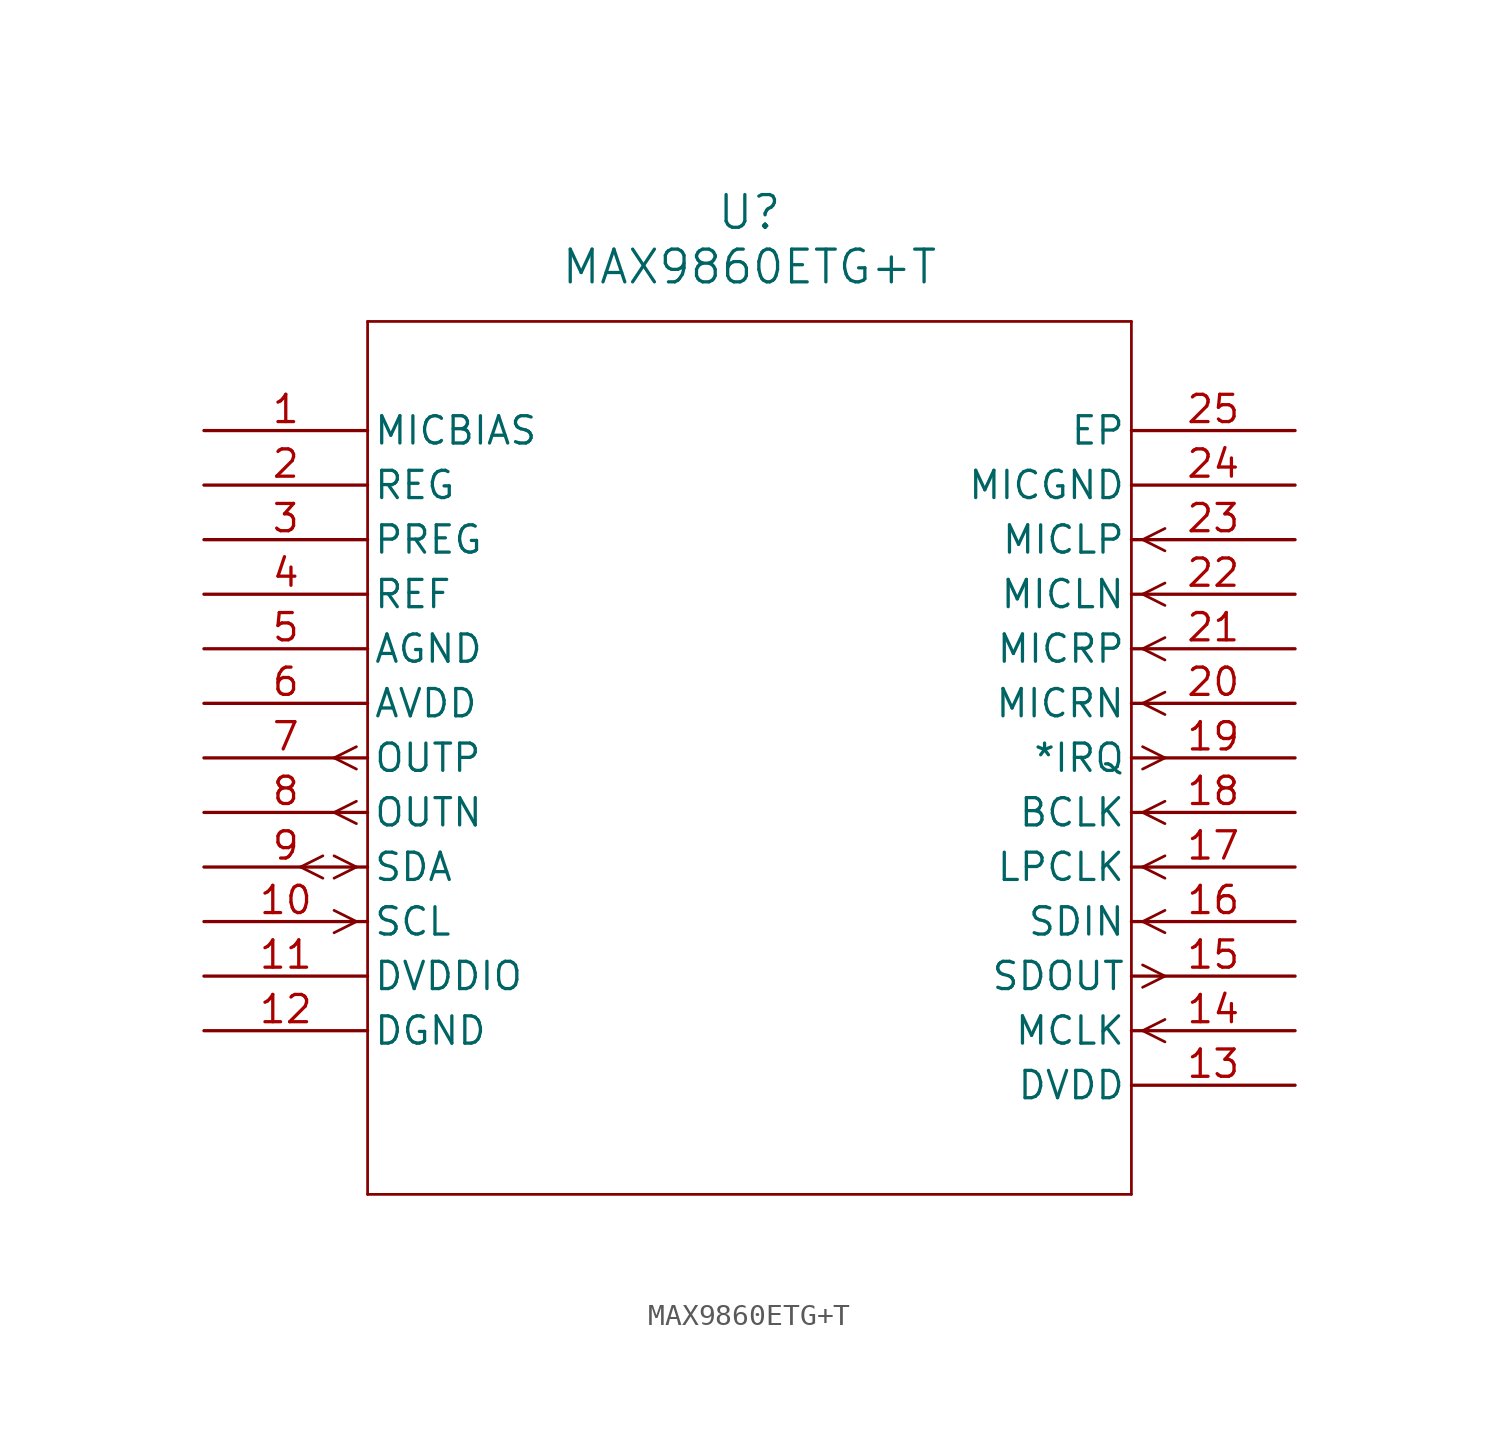
<source format=kicad_sym>
(kicad_symbol_lib
  (version 20211014)
  (generator kicad_symbol_editor)
  (symbol "MAX9860ETG+T"
    (pin_names
      (offset 0.254))
    (property "Reference" "U"
      (at 25.4 10.16 0)
      (effects (font (size 1.524 1.524))))
    (property "Value" "MAX9860ETG+T"
      (at 25.4 7.62 0)
      (effects (font (size 1.524 1.524))))
    (symbol "MAX9860ETG+T_0_1"
      (polyline (pts (xy 7.099 -14.719) (xy 6.058 -15.24)) (stroke (width 0.127) (type default) (color 0 0 0 0)) (fill (type none)))
      (polyline (pts (xy 7.099 -15.761) (xy 6.058 -15.24)) (stroke (width 0.127) (type default) (color 0 0 0 0)) (fill (type none)))
      (polyline (pts (xy 7.099 -17.259) (xy 6.058 -17.78)) (stroke (width 0.127) (type default) (color 0 0 0 0)) (fill (type none)))
      (polyline (pts (xy 7.099 -18.301) (xy 6.058 -17.78)) (stroke (width 0.127) (type default) (color 0 0 0 0)) (fill (type none)))
      (polyline (pts (xy 7.099 -20.32) (xy 6.058 -19.799)) (stroke (width 0.127) (type default) (color 0 0 0 0)) (fill (type none)))
      (polyline (pts (xy 7.099 -20.32) (xy 6.058 -20.841)) (stroke (width 0.127) (type default) (color 0 0 0 0)) (fill (type none)))
      (polyline (pts (xy 5.537 -19.799) (xy 4.496 -20.32)) (stroke (width 0.127) (type default) (color 0 0 0 0)) (fill (type none)))
      (polyline (pts (xy 5.537 -20.841) (xy 4.496 -20.32)) (stroke (width 0.127) (type default) (color 0 0 0 0)) (fill (type none)))
      (polyline (pts (xy 7.099 -22.86) (xy 6.058 -22.339)) (stroke (width 0.127) (type default) (color 0 0 0 0)) (fill (type none)))
      (polyline (pts (xy 7.099 -22.86) (xy 6.058 -23.381)) (stroke (width 0.127) (type default) (color 0 0 0 0)) (fill (type none)))
      (polyline (pts (xy 43.701 -27.94) (xy 44.742 -27.419)) (stroke (width 0.127) (type default) (color 0 0 0 0)) (fill (type none)))
      (polyline (pts (xy 43.701 -27.94) (xy 44.742 -28.461)) (stroke (width 0.127) (type default) (color 0 0 0 0)) (fill (type none)))
      (polyline (pts (xy 43.701 -24.879) (xy 44.742 -25.4)) (stroke (width 0.127) (type default) (color 0 0 0 0)) (fill (type none)))
      (polyline (pts (xy 43.701 -25.921) (xy 44.742 -25.4)) (stroke (width 0.127) (type default) (color 0 0 0 0)) (fill (type none)))
      (polyline (pts (xy 43.701 -22.86) (xy 44.742 -22.339)) (stroke (width 0.127) (type default) (color 0 0 0 0)) (fill (type none)))
      (polyline (pts (xy 43.701 -22.86) (xy 44.742 -23.381)) (stroke (width 0.127) (type default) (color 0 0 0 0)) (fill (type none)))
      (polyline (pts (xy 43.701 -20.32) (xy 44.742 -19.799)) (stroke (width 0.127) (type default) (color 0 0 0 0)) (fill (type none)))
      (polyline (pts (xy 43.701 -20.32) (xy 44.742 -20.841)) (stroke (width 0.127) (type default) (color 0 0 0 0)) (fill (type none)))
      (polyline (pts (xy 43.701 -17.78) (xy 44.742 -17.259)) (stroke (width 0.127) (type default) (color 0 0 0 0)) (fill (type none)))
      (polyline (pts (xy 43.701 -17.78) (xy 44.742 -18.301)) (stroke (width 0.127) (type default) (color 0 0 0 0)) (fill (type none)))
      (polyline (pts (xy 43.701 -14.719) (xy 44.742 -15.24)) (stroke (width 0.127) (type default) (color 0 0 0 0)) (fill (type none)))
      (polyline (pts (xy 43.701 -15.761) (xy 44.742 -15.24)) (stroke (width 0.127) (type default) (color 0 0 0 0)) (fill (type none)))
      (polyline (pts (xy 43.701 -12.7) (xy 44.742 -12.179)) (stroke (width 0.127) (type default) (color 0 0 0 0)) (fill (type none)))
      (polyline (pts (xy 43.701 -12.7) (xy 44.742 -13.221)) (stroke (width 0.127) (type default) (color 0 0 0 0)) (fill (type none)))
      (polyline (pts (xy 43.701 -10.16) (xy 44.742 -9.639)) (stroke (width 0.127) (type default) (color 0 0 0 0)) (fill (type none)))
      (polyline (pts (xy 43.701 -10.16) (xy 44.742 -10.681)) (stroke (width 0.127) (type default) (color 0 0 0 0)) (fill (type none)))
      (polyline (pts (xy 43.701 -7.62) (xy 44.742 -7.099)) (stroke (width 0.127) (type default) (color 0 0 0 0)) (fill (type none)))
      (polyline (pts (xy 43.701 -7.62) (xy 44.742 -8.141)) (stroke (width 0.127) (type default) (color 0 0 0 0)) (fill (type none)))
      (polyline (pts (xy 43.701 -5.08) (xy 44.742 -4.559)) (stroke (width 0.127) (type default) (color 0 0 0 0)) (fill (type none)))
      (polyline (pts (xy 43.701 -5.08) (xy 44.742 -5.601)) (stroke (width 0.127) (type default) (color 0 0 0 0)) (fill (type none)))
      (polyline (pts (xy 7.62 5.08) (xy 7.62 -35.56)) (stroke (width 0.127) (type default) (color 0 0 0 0)) (fill (type none)))
      (polyline (pts (xy 7.62 -35.56) (xy 43.18 -35.56)) (stroke (width 0.127) (type default) (color 0 0 0 0)) (fill (type none)))
      (polyline (pts (xy 43.18 -35.56) (xy 43.18 5.08)) (stroke (width 0.127) (type default) (color 0 0 0 0)) (fill (type none)))
      (polyline (pts (xy 43.18 5.08) (xy 7.62 5.08)) (stroke (width 0.127) (type default) (color 0 0 0 0)) (fill (type none)))
      (pin unspecified line (at 0 0 0) (length 7.62) (name "MICBIAS" (effects (font (size 1.27 1.27)))) (number "1" (effects (font (size 1.27 1.27)))))
      (pin unspecified line (at 0 -2.54 0) (length 7.62) (name "REG" (effects (font (size 1.27 1.27)))) (number "2" (effects (font (size 1.27 1.27)))))
      (pin unspecified line (at 0 -5.08 0) (length 7.62) (name "PREG" (effects (font (size 1.27 1.27)))) (number "3" (effects (font (size 1.27 1.27)))))
      (pin unspecified line (at 0 -7.62 0) (length 7.62) (name "REF" (effects (font (size 1.27 1.27)))) (number "4" (effects (font (size 1.27 1.27)))))
      (pin power_in line (at 0 -10.16 0) (length 7.62) (name "AGND" (effects (font (size 1.27 1.27)))) (number "5" (effects (font (size 1.27 1.27)))))
      (pin power_in line (at 0 -12.7 0) (length 7.62) (name "AVDD" (effects (font (size 1.27 1.27)))) (number "6" (effects (font (size 1.27 1.27)))))
      (pin output line (at 0 -15.24 0) (length 7.62) (name "OUTP" (effects (font (size 1.27 1.27)))) (number "7" (effects (font (size 1.27 1.27)))))
      (pin output line (at 0 -17.78 0) (length 7.62) (name "OUTN" (effects (font (size 1.27 1.27)))) (number "8" (effects (font (size 1.27 1.27)))))
      (pin bidirectional line (at 0 -20.32 0) (length 7.62) (name "SDA" (effects (font (size 1.27 1.27)))) (number "9" (effects (font (size 1.27 1.27)))))
      (pin input line (at 0 -22.86 0) (length 7.62) (name "SCL" (effects (font (size 1.27 1.27)))) (number "10" (effects (font (size 1.27 1.27)))))
      (pin power_in line (at 0 -25.4 0) (length 7.62) (name "DVDDIO" (effects (font (size 1.27 1.27)))) (number "11" (effects (font (size 1.27 1.27)))))
      (pin power_in line (at 0 -27.94 0) (length 7.62) (name "DGND" (effects (font (size 1.27 1.27)))) (number "12" (effects (font (size 1.27 1.27)))))
      (pin power_in line (at 50.8 -30.48 180) (length 7.62) (name "DVDD" (effects (font (size 1.27 1.27)))) (number "13" (effects (font (size 1.27 1.27)))))
      (pin input line (at 50.8 -27.94 180) (length 7.62) (name "MCLK" (effects (font (size 1.27 1.27)))) (number "14" (effects (font (size 1.27 1.27)))))
      (pin output line (at 50.8 -25.4 180) (length 7.62) (name "SDOUT" (effects (font (size 1.27 1.27)))) (number "15" (effects (font (size 1.27 1.27)))))
      (pin input line (at 50.8 -22.86 180) (length 7.62) (name "SDIN" (effects (font (size 1.27 1.27)))) (number "16" (effects (font (size 1.27 1.27)))))
      (pin input line (at 50.8 -20.32 180) (length 7.62) (name "LPCLK" (effects (font (size 1.27 1.27)))) (number "17" (effects (font (size 1.27 1.27)))))
      (pin input line (at 50.8 -17.78 180) (length 7.62) (name "BCLK" (effects (font (size 1.27 1.27)))) (number "18" (effects (font (size 1.27 1.27)))))
      (pin output line (at 50.8 -15.24 180) (length 7.62) (name "*IRQ" (effects (font (size 1.27 1.27)))) (number "19" (effects (font (size 1.27 1.27)))))
      (pin input line (at 50.8 -12.7 180) (length 7.62) (name "MICRN" (effects (font (size 1.27 1.27)))) (number "20" (effects (font (size 1.27 1.27)))))
      (pin input line (at 50.8 -10.16 180) (length 7.62) (name "MICRP" (effects (font (size 1.27 1.27)))) (number "21" (effects (font (size 1.27 1.27)))))
      (pin input line (at 50.8 -7.62 180) (length 7.62) (name "MICLN" (effects (font (size 1.27 1.27)))) (number "22" (effects (font (size 1.27 1.27)))))
      (pin input line (at 50.8 -5.08 180) (length 7.62) (name "MICLP" (effects (font (size 1.27 1.27)))) (number "23" (effects (font (size 1.27 1.27)))))
      (pin power_in line (at 50.8 -2.54 180) (length 7.62) (name "MICGND" (effects (font (size 1.27 1.27)))) (number "24" (effects (font (size 1.27 1.27)))))
      (pin unspecified line (at 50.8 0 180) (length 7.62) (name "EP" (effects (font (size 1.27 1.27)))) (number "25" (effects (font (size 1.27 1.27))))))))
</source>
